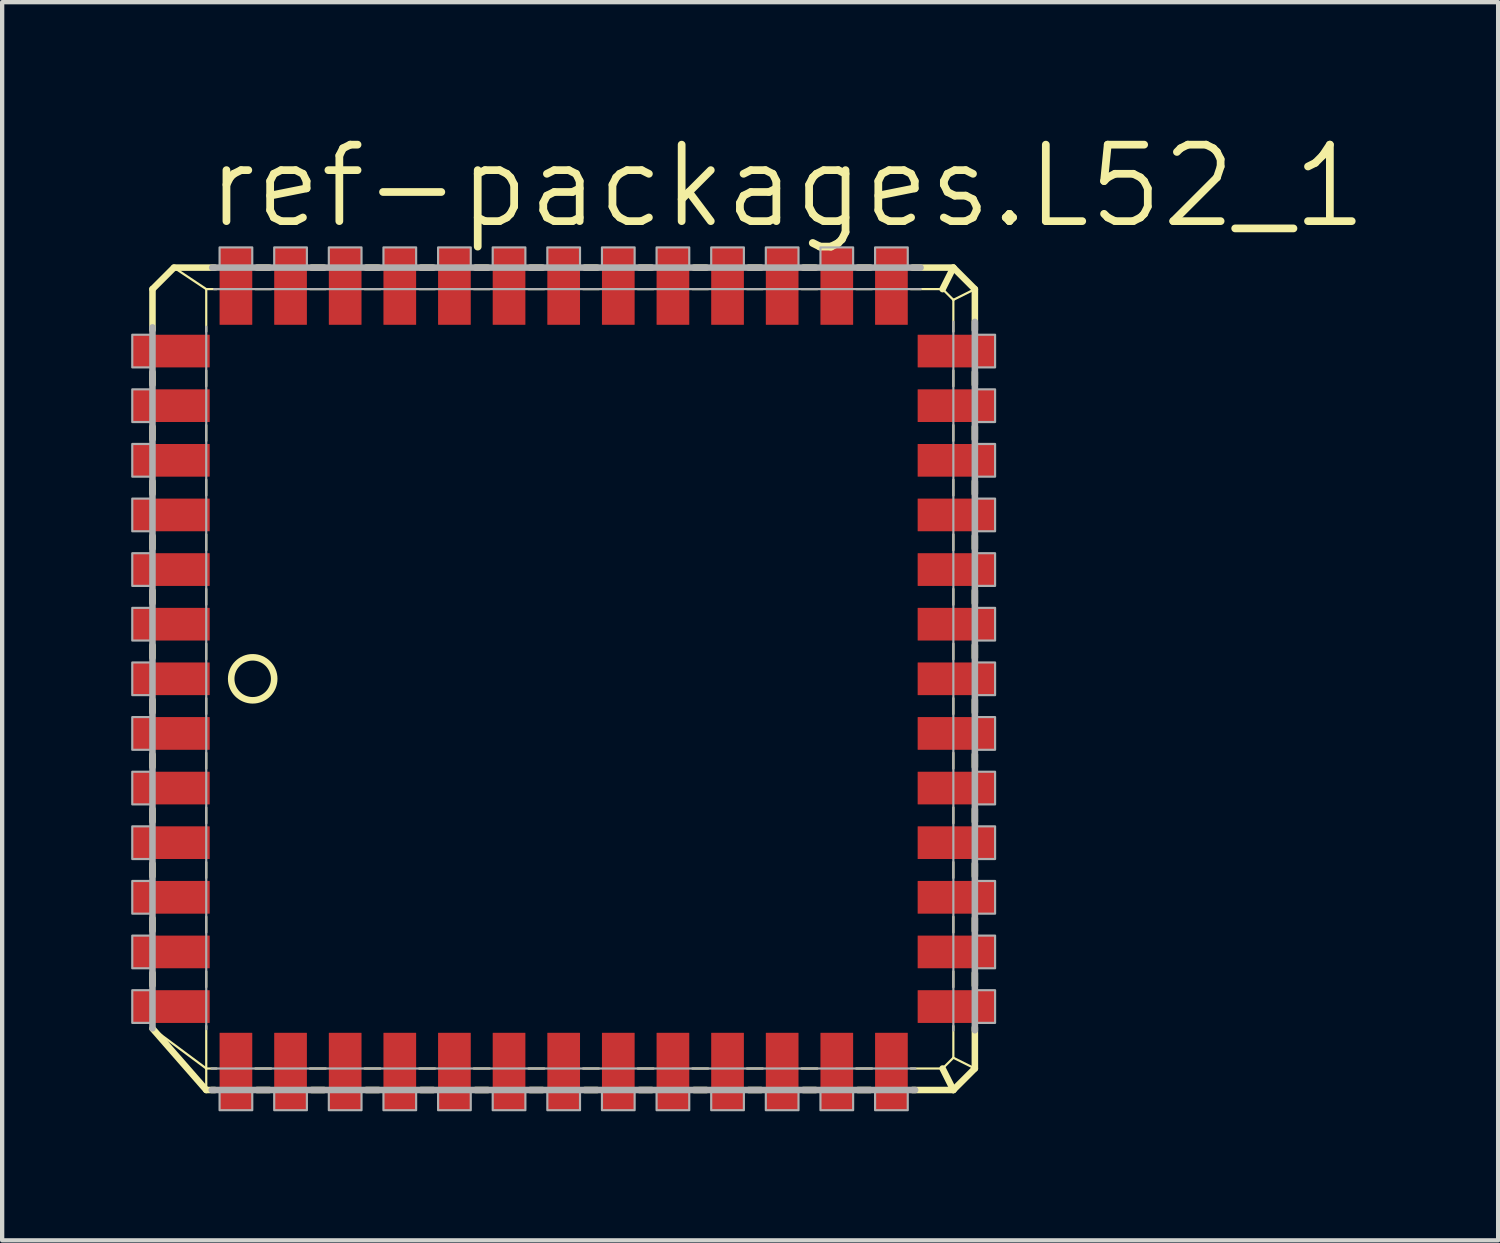
<source format=kicad_pcb>
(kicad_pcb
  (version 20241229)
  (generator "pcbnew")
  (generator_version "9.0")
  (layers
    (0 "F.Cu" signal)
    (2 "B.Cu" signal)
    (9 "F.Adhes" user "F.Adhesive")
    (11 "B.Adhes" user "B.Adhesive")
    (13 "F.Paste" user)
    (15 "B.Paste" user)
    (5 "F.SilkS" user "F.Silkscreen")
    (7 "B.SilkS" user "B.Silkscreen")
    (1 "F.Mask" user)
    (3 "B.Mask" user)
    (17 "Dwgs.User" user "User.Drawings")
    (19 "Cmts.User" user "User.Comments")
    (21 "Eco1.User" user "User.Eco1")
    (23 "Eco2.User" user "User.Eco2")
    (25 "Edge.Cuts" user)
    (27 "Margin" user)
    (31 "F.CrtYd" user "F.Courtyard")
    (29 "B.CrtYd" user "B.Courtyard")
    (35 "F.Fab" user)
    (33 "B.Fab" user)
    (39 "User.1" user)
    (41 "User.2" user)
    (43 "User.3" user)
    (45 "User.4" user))
  (footprint "ref-packages.L52_1"
    (layer "F.Cu")
    (at 10.055 12.732)
    (property "Reference" "ref-packages.L52_1" (at -8.382 -10.414 0) (layer "F.SilkS") (effects (font (size 1.778 1.778) (thickness 0.18)) (justify left bottom)))
    (attr smd)
    (fp_line (start -9.56 -9.06) (end -9.06 -9.56) (stroke (width 0.152) (type default)) (layer "F.SilkS"))
    (fp_line (start -9.56 -8.111) (end -9.56 -9.06) (stroke (width 0.152) (type default)) (layer "F.SilkS"))
    (fp_line (start -9.56 -6.841) (end -9.56 -7.129) (stroke (width 0.152) (type default)) (layer "F.SilkS"))
    (fp_line (start -9.56 -5.571) (end -9.56 -5.859) (stroke (width 0.152) (type default)) (layer "F.SilkS"))
    (fp_line (start -9.56 -4.301) (end -9.56 -4.589) (stroke (width 0.152) (type default)) (layer "F.SilkS"))
    (fp_line (start -9.56 -3.031) (end -9.56 -3.319) (stroke (width 0.152) (type default)) (layer "F.SilkS"))
    (fp_line (start -9.56 -1.761) (end -9.56 -2.049) (stroke (width 0.152) (type default)) (layer "F.SilkS"))
    (fp_line (start -9.56 -0.491) (end -9.56 -0.779) (stroke (width 0.152) (type default)) (layer "F.SilkS"))
    (fp_line (start -9.56 0.779) (end -9.56 0.491) (stroke (width 0.152) (type default)) (layer "F.SilkS"))
    (fp_line (start -9.56 2.049) (end -9.56 1.761) (stroke (width 0.152) (type default)) (layer "F.SilkS"))
    (fp_line (start -9.56 3.319) (end -9.56 3.031) (stroke (width 0.152) (type default)) (layer "F.SilkS"))
    (fp_line (start -9.56 4.589) (end -9.56 4.301) (stroke (width 0.152) (type default)) (layer "F.SilkS"))
    (fp_line (start -9.56 5.859) (end -9.56 5.571) (stroke (width 0.152) (type default)) (layer "F.SilkS"))
    (fp_line (start -9.56 7.129) (end -9.56 6.841) (stroke (width 0.152) (type default)) (layer "F.SilkS"))
    (fp_line (start -9.06 -9.56) (end -8.31 -9.06) (stroke (width 0.051) (type default)) (layer "F.SilkS"))
    (fp_line (start -9.06 -9.56) (end -8.111 -9.56) (stroke (width 0.152) (type default)) (layer "F.SilkS"))
    (fp_line (start -8.31 -9.06) (end -8.071 -9.06) (stroke (width 0.051) (type default)) (layer "F.SilkS"))
    (fp_line (start -8.31 -8.071) (end -8.31 -9.06) (stroke (width 0.051) (type default)) (layer "F.SilkS"))
    (fp_line (start -8.31 -6.801) (end -8.31 -7.169) (stroke (width 0.051) (type default)) (layer "F.SilkS"))
    (fp_line (start -8.31 -5.531) (end -8.31 -5.899) (stroke (width 0.051) (type default)) (layer "F.SilkS"))
    (fp_line (start -8.31 -4.261) (end -8.31 -4.629) (stroke (width 0.051) (type default)) (layer "F.SilkS"))
    (fp_line (start -8.31 -2.991) (end -8.31 -3.359) (stroke (width 0.051) (type default)) (layer "F.SilkS"))
    (fp_line (start -8.31 -1.721) (end -8.31 -2.089) (stroke (width 0.051) (type default)) (layer "F.SilkS"))
    (fp_line (start -8.31 -0.451) (end -8.31 -0.819) (stroke (width 0.051) (type default)) (layer "F.SilkS"))
    (fp_line (start -8.31 0.819) (end -8.31 0.451) (stroke (width 0.051) (type default)) (layer "F.SilkS"))
    (fp_line (start -8.31 2.089) (end -8.31 1.721) (stroke (width 0.051) (type default)) (layer "F.SilkS"))
    (fp_line (start -8.31 3.359) (end -8.31 2.991) (stroke (width 0.051) (type default)) (layer "F.SilkS"))
    (fp_line (start -8.31 4.629) (end -8.31 4.261) (stroke (width 0.051) (type default)) (layer "F.SilkS"))
    (fp_line (start -8.31 5.899) (end -8.31 5.531) (stroke (width 0.051) (type default)) (layer "F.SilkS"))
    (fp_line (start -8.31 7.169) (end -8.31 6.801) (stroke (width 0.051) (type default)) (layer "F.SilkS"))
    (fp_line (start -8.31 9.06) (end -9.545 8.142) (stroke (width 0.051) (type default)) (layer "F.SilkS"))
    (fp_line (start -8.31 9.06) (end -8.31 8.071) (stroke (width 0.051) (type default)) (layer "F.SilkS"))
    (fp_line (start -8.31 9.56) (end -9.56 8.131) (stroke (width 0.152) (type default)) (layer "F.SilkS"))
    (fp_line (start -8.31 9.56) (end -8.31 9.06) (stroke (width 0.051) (type default)) (layer "F.SilkS"))
    (fp_line (start -8.111 9.56) (end -8.31 9.56) (stroke (width 0.152) (type default)) (layer "F.SilkS"))
    (fp_line (start -8.071 9.06) (end -8.31 9.06) (stroke (width 0.051) (type default)) (layer "F.SilkS"))
    (fp_line (start -7.169 -9.06) (end -6.801 -9.06) (stroke (width 0.051) (type default)) (layer "F.SilkS"))
    (fp_line (start -7.129 -9.56) (end -6.841 -9.56) (stroke (width 0.152) (type default)) (layer "F.SilkS"))
    (fp_line (start -6.841 9.56) (end -7.129 9.56) (stroke (width 0.152) (type default)) (layer "F.SilkS"))
    (fp_line (start -6.801 9.06) (end -7.169 9.06) (stroke (width 0.051) (type default)) (layer "F.SilkS"))
    (fp_line (start -5.899 -9.06) (end -5.531 -9.06) (stroke (width 0.051) (type default)) (layer "F.SilkS"))
    (fp_line (start -5.859 -9.56) (end -5.571 -9.56) (stroke (width 0.152) (type default)) (layer "F.SilkS"))
    (fp_line (start -5.571 9.56) (end -5.859 9.56) (stroke (width 0.152) (type default)) (layer "F.SilkS"))
    (fp_line (start -5.531 9.06) (end -5.899 9.06) (stroke (width 0.051) (type default)) (layer "F.SilkS"))
    (fp_line (start -4.629 -9.06) (end -4.261 -9.06) (stroke (width 0.051) (type default)) (layer "F.SilkS"))
    (fp_line (start -4.589 -9.56) (end -4.301 -9.56) (stroke (width 0.152) (type default)) (layer "F.SilkS"))
    (fp_line (start -4.301 9.56) (end -4.589 9.56) (stroke (width 0.152) (type default)) (layer "F.SilkS"))
    (fp_line (start -4.261 9.06) (end -4.629 9.06) (stroke (width 0.051) (type default)) (layer "F.SilkS"))
    (fp_line (start -3.359 -9.06) (end -2.991 -9.06) (stroke (width 0.051) (type default)) (layer "F.SilkS"))
    (fp_line (start -3.319 -9.56) (end -3.031 -9.56) (stroke (width 0.152) (type default)) (layer "F.SilkS"))
    (fp_line (start -3.031 9.56) (end -3.319 9.56) (stroke (width 0.152) (type default)) (layer "F.SilkS"))
    (fp_line (start -2.991 9.06) (end -3.359 9.06) (stroke (width 0.051) (type default)) (layer "F.SilkS"))
    (fp_line (start -2.089 -9.06) (end -1.721 -9.06) (stroke (width 0.051) (type default)) (layer "F.SilkS"))
    (fp_line (start -2.049 -9.56) (end -1.761 -9.56) (stroke (width 0.152) (type default)) (layer "F.SilkS"))
    (fp_line (start -1.761 9.56) (end -2.049 9.56) (stroke (width 0.152) (type default)) (layer "F.SilkS"))
    (fp_line (start -1.721 9.06) (end -2.089 9.06) (stroke (width 0.051) (type default)) (layer "F.SilkS"))
    (fp_line (start -0.819 -9.06) (end -0.451 -9.06) (stroke (width 0.051) (type default)) (layer "F.SilkS"))
    (fp_line (start -0.779 -9.56) (end -0.491 -9.56) (stroke (width 0.152) (type default)) (layer "F.SilkS"))
    (fp_line (start -0.491 9.56) (end -0.779 9.56) (stroke (width 0.152) (type default)) (layer "F.SilkS"))
    (fp_line (start -0.451 9.06) (end -0.819 9.06) (stroke (width 0.051) (type default)) (layer "F.SilkS"))
    (fp_line (start 0.451 -9.06) (end 0.819 -9.06) (stroke (width 0.051) (type default)) (layer "F.SilkS"))
    (fp_line (start 0.491 -9.56) (end 0.779 -9.56) (stroke (width 0.152) (type default)) (layer "F.SilkS"))
    (fp_line (start 0.779 9.56) (end 0.491 9.56) (stroke (width 0.152) (type default)) (layer "F.SilkS"))
    (fp_line (start 0.819 9.06) (end 0.451 9.06) (stroke (width 0.051) (type default)) (layer "F.SilkS"))
    (fp_line (start 1.721 -9.06) (end 2.089 -9.06) (stroke (width 0.051) (type default)) (layer "F.SilkS"))
    (fp_line (start 1.761 -9.56) (end 2.049 -9.56) (stroke (width 0.152) (type default)) (layer "F.SilkS"))
    (fp_line (start 2.049 9.56) (end 1.761 9.56) (stroke (width 0.152) (type default)) (layer "F.SilkS"))
    (fp_line (start 2.089 9.06) (end 1.721 9.06) (stroke (width 0.051) (type default)) (layer "F.SilkS"))
    (fp_line (start 2.991 -9.06) (end 3.359 -9.06) (stroke (width 0.051) (type default)) (layer "F.SilkS"))
    (fp_line (start 3.031 -9.56) (end 3.319 -9.56) (stroke (width 0.152) (type default)) (layer "F.SilkS"))
    (fp_line (start 3.319 9.56) (end 3.031 9.56) (stroke (width 0.152) (type default)) (layer "F.SilkS"))
    (fp_line (start 3.359 9.06) (end 2.991 9.06) (stroke (width 0.051) (type default)) (layer "F.SilkS"))
    (fp_line (start 4.261 -9.06) (end 4.629 -9.06) (stroke (width 0.051) (type default)) (layer "F.SilkS"))
    (fp_line (start 4.301 -9.56) (end 4.589 -9.56) (stroke (width 0.152) (type default)) (layer "F.SilkS"))
    (fp_line (start 4.589 9.56) (end 4.301 9.56) (stroke (width 0.152) (type default)) (layer "F.SilkS"))
    (fp_line (start 4.629 9.06) (end 4.261 9.06) (stroke (width 0.051) (type default)) (layer "F.SilkS"))
    (fp_line (start 5.531 -9.06) (end 5.899 -9.06) (stroke (width 0.051) (type default)) (layer "F.SilkS"))
    (fp_line (start 5.571 -9.56) (end 5.859 -9.56) (stroke (width 0.152) (type default)) (layer "F.SilkS"))
    (fp_line (start 5.859 9.56) (end 5.571 9.56) (stroke (width 0.152) (type default)) (layer "F.SilkS"))
    (fp_line (start 5.899 9.06) (end 5.531 9.06) (stroke (width 0.051) (type default)) (layer "F.SilkS"))
    (fp_line (start 6.801 -9.06) (end 7.169 -9.06) (stroke (width 0.051) (type default)) (layer "F.SilkS"))
    (fp_line (start 6.841 -9.56) (end 7.129 -9.56) (stroke (width 0.152) (type default)) (layer "F.SilkS"))
    (fp_line (start 7.129 9.56) (end 6.841 9.56) (stroke (width 0.152) (type default)) (layer "F.SilkS"))
    (fp_line (start 7.169 9.06) (end 6.801 9.06) (stroke (width 0.051) (type default)) (layer "F.SilkS"))
    (fp_line (start 8.071 -9.06) (end 8.81 -9.06) (stroke (width 0.051) (type default)) (layer "F.SilkS"))
    (fp_line (start 8.111 -9.56) (end 9.06 -9.56) (stroke (width 0.152) (type default)) (layer "F.SilkS"))
    (fp_line (start 8.81 -9.06) (end 9.06 -9.56) (stroke (width 0.152) (type default)) (layer "F.SilkS"))
    (fp_line (start 8.81 -9.06) (end 9.06 -8.81) (stroke (width 0.051) (type default)) (layer "F.SilkS"))
    (fp_line (start 8.81 9.06) (end 8.071 9.06) (stroke (width 0.051) (type default)) (layer "F.SilkS"))
    (fp_line (start 9.06 -9.56) (end 9.56 -9.06) (stroke (width 0.152) (type default)) (layer "F.SilkS"))
    (fp_line (start 9.06 -8.81) (end 9.06 -8.071) (stroke (width 0.051) (type default)) (layer "F.SilkS"))
    (fp_line (start 9.06 -8.81) (end 9.56 -9.06) (stroke (width 0.051) (type default)) (layer "F.SilkS"))
    (fp_line (start 9.06 -7.169) (end 9.06 -6.801) (stroke (width 0.051) (type default)) (layer "F.SilkS"))
    (fp_line (start 9.06 -5.899) (end 9.06 -5.531) (stroke (width 0.051) (type default)) (layer "F.SilkS"))
    (fp_line (start 9.06 -4.629) (end 9.06 -4.261) (stroke (width 0.051) (type default)) (layer "F.SilkS"))
    (fp_line (start 9.06 -3.359) (end 9.06 -2.991) (stroke (width 0.051) (type default)) (layer "F.SilkS"))
    (fp_line (start 9.06 -2.089) (end 9.06 -1.721) (stroke (width 0.051) (type default)) (layer "F.SilkS"))
    (fp_line (start 9.06 -0.819) (end 9.06 -0.451) (stroke (width 0.051) (type default)) (layer "F.SilkS"))
    (fp_line (start 9.06 0.451) (end 9.06 0.819) (stroke (width 0.051) (type default)) (layer "F.SilkS"))
    (fp_line (start 9.06 1.721) (end 9.06 2.089) (stroke (width 0.051) (type default)) (layer "F.SilkS"))
    (fp_line (start 9.06 2.991) (end 9.06 3.359) (stroke (width 0.051) (type default)) (layer "F.SilkS"))
    (fp_line (start 9.06 4.261) (end 9.06 4.629) (stroke (width 0.051) (type default)) (layer "F.SilkS"))
    (fp_line (start 9.06 5.531) (end 9.06 5.899) (stroke (width 0.051) (type default)) (layer "F.SilkS"))
    (fp_line (start 9.06 6.801) (end 9.06 7.169) (stroke (width 0.051) (type default)) (layer "F.SilkS"))
    (fp_line (start 9.06 8.071) (end 9.06 8.81) (stroke (width 0.051) (type default)) (layer "F.SilkS"))
    (fp_line (start 9.06 8.81) (end 8.81 9.06) (stroke (width 0.051) (type default)) (layer "F.SilkS"))
    (fp_line (start 9.06 9.56) (end 8.111 9.56) (stroke (width 0.152) (type default)) (layer "F.SilkS"))
    (fp_line (start 9.06 9.56) (end 8.81 9.06) (stroke (width 0.152) (type default)) (layer "F.SilkS"))
    (fp_line (start 9.56 -9.06) (end 9.56 -8.111) (stroke (width 0.152) (type default)) (layer "F.SilkS"))
    (fp_line (start 9.56 -7.129) (end 9.56 -6.841) (stroke (width 0.152) (type default)) (layer "F.SilkS"))
    (fp_line (start 9.56 -5.859) (end 9.56 -5.571) (stroke (width 0.152) (type default)) (layer "F.SilkS"))
    (fp_line (start 9.56 -4.589) (end 9.56 -4.301) (stroke (width 0.152) (type default)) (layer "F.SilkS"))
    (fp_line (start 9.56 -3.319) (end 9.56 -3.031) (stroke (width 0.152) (type default)) (layer "F.SilkS"))
    (fp_line (start 9.56 -2.049) (end 9.56 -1.761) (stroke (width 0.152) (type default)) (layer "F.SilkS"))
    (fp_line (start 9.56 -0.779) (end 9.56 -0.491) (stroke (width 0.152) (type default)) (layer "F.SilkS"))
    (fp_line (start 9.56 0.491) (end 9.56 0.779) (stroke (width 0.152) (type default)) (layer "F.SilkS"))
    (fp_line (start 9.56 1.761) (end 9.56 2.049) (stroke (width 0.152) (type default)) (layer "F.SilkS"))
    (fp_line (start 9.56 3.031) (end 9.56 3.319) (stroke (width 0.152) (type default)) (layer "F.SilkS"))
    (fp_line (start 9.56 4.301) (end 9.56 4.589) (stroke (width 0.152) (type default)) (layer "F.SilkS"))
    (fp_line (start 9.56 5.571) (end 9.56 5.859) (stroke (width 0.152) (type default)) (layer "F.SilkS"))
    (fp_line (start 9.56 6.841) (end 9.56 7.129) (stroke (width 0.152) (type default)) (layer "F.SilkS"))
    (fp_line (start 9.56 8.111) (end 9.56 9.06) (stroke (width 0.152) (type default)) (layer "F.SilkS"))
    (fp_line (start 9.56 9.06) (end 9.06 8.81) (stroke (width 0.051) (type default)) (layer "F.SilkS"))
    (fp_line (start 9.56 9.06) (end 9.06 9.56) (stroke (width 0.152) (type default)) (layer "F.SilkS"))
    (fp_circle (center -7.23 0) (end -6.73 0) (stroke (width 0.152) (type default)) (fill no) (layer "F.SilkS"))
    (fp_line (start -9.56 8.127) (end -9.56 -8.171) (stroke (width 0.152) (type default)) (layer "F.Fab"))
    (fp_line (start -8.31 8.145) (end -8.31 -8.185) (stroke (width 0.051) (type default)) (layer "F.Fab"))
    (fp_line (start -8.171 -9.56) (end 8.298 -9.56) (stroke (width 0.152) (type default)) (layer "F.Fab"))
    (fp_line (start -8.129 -9.06) (end 8.302 -9.06) (stroke (width 0.051) (type default)) (layer "F.Fab"))
    (fp_line (start 8.171 9.56) (end -8.183 9.56) (stroke (width 0.152) (type default)) (layer "F.Fab"))
    (fp_line (start 8.175 9.06) (end -8.186 9.06) (stroke (width 0.051) (type default)) (layer "F.Fab"))
    (fp_line (start 9.06 -8.302) (end 9.06 8.175) (stroke (width 0.051) (type default)) (layer "F.Fab"))
    (fp_line (start 9.56 -8.298) (end 9.56 8.171) (stroke (width 0.152) (type default)) (layer "F.Fab"))
    (fp_rect (start -10.03 -7.24) (end -9.56 -8) (stroke (width 0.05) (type default)) (fill no) (layer "F.Fab"))
    (fp_rect (start -10.03 -5.97) (end -9.56 -6.73) (stroke (width 0.05) (type default)) (fill no) (layer "F.Fab"))
    (fp_rect (start -10.03 -4.7) (end -9.56 -5.46) (stroke (width 0.05) (type default)) (fill no) (layer "F.Fab"))
    (fp_rect (start -10.03 -3.43) (end -9.56 -4.19) (stroke (width 0.05) (type default)) (fill no) (layer "F.Fab"))
    (fp_rect (start -10.03 -2.16) (end -9.56 -2.92) (stroke (width 0.05) (type default)) (fill no) (layer "F.Fab"))
    (fp_rect (start -10.03 -0.89) (end -9.56 -1.65) (stroke (width 0.05) (type default)) (fill no) (layer "F.Fab"))
    (fp_rect (start -10.03 0.38) (end -9.56 -0.38) (stroke (width 0.05) (type default)) (fill no) (layer "F.Fab"))
    (fp_rect (start -10.03 1.65) (end -9.56 0.89) (stroke (width 0.05) (type default)) (fill no) (layer "F.Fab"))
    (fp_rect (start -10.03 2.92) (end -9.56 2.16) (stroke (width 0.05) (type default)) (fill no) (layer "F.Fab"))
    (fp_rect (start -10.03 4.19) (end -9.56 3.43) (stroke (width 0.05) (type default)) (fill no) (layer "F.Fab"))
    (fp_rect (start -10.03 5.46) (end -9.56 4.7) (stroke (width 0.05) (type default)) (fill no) (layer "F.Fab"))
    (fp_rect (start -10.03 6.73) (end -9.56 5.97) (stroke (width 0.05) (type default)) (fill no) (layer "F.Fab"))
    (fp_rect (start -10.03 8) (end -9.56 7.24) (stroke (width 0.05) (type default)) (fill no) (layer "F.Fab"))
    (fp_rect (start -8 -9.56) (end -7.24 -10.03) (stroke (width 0.05) (type default)) (fill no) (layer "F.Fab"))
    (fp_rect (start -8 10.03) (end -7.24 9.56) (stroke (width 0.05) (type default)) (fill no) (layer "F.Fab"))
    (fp_rect (start -6.73 -9.56) (end -5.97 -10.03) (stroke (width 0.05) (type default)) (fill no) (layer "F.Fab"))
    (fp_rect (start -6.73 10.03) (end -5.97 9.56) (stroke (width 0.05) (type default)) (fill no) (layer "F.Fab"))
    (fp_rect (start -5.46 -9.56) (end -4.7 -10.03) (stroke (width 0.05) (type default)) (fill no) (layer "F.Fab"))
    (fp_rect (start -5.46 10.03) (end -4.7 9.56) (stroke (width 0.05) (type default)) (fill no) (layer "F.Fab"))
    (fp_rect (start -4.19 -9.56) (end -3.43 -10.03) (stroke (width 0.05) (type default)) (fill no) (layer "F.Fab"))
    (fp_rect (start -4.19 10.03) (end -3.43 9.56) (stroke (width 0.05) (type default)) (fill no) (layer "F.Fab"))
    (fp_rect (start -2.92 -9.56) (end -2.16 -10.03) (stroke (width 0.05) (type default)) (fill no) (layer "F.Fab"))
    (fp_rect (start -2.92 10.03) (end -2.16 9.56) (stroke (width 0.05) (type default)) (fill no) (layer "F.Fab"))
    (fp_rect (start -1.65 -9.56) (end -0.89 -10.03) (stroke (width 0.05) (type default)) (fill no) (layer "F.Fab"))
    (fp_rect (start -1.65 10.03) (end -0.89 9.56) (stroke (width 0.05) (type default)) (fill no) (layer "F.Fab"))
    (fp_rect (start -0.38 -9.56) (end 0.38 -10.03) (stroke (width 0.05) (type default)) (fill no) (layer "F.Fab"))
    (fp_rect (start -0.38 10.03) (end 0.38 9.56) (stroke (width 0.05) (type default)) (fill no) (layer "F.Fab"))
    (fp_rect (start 0.89 -9.56) (end 1.65 -10.03) (stroke (width 0.05) (type default)) (fill no) (layer "F.Fab"))
    (fp_rect (start 0.89 10.03) (end 1.65 9.56) (stroke (width 0.05) (type default)) (fill no) (layer "F.Fab"))
    (fp_rect (start 2.16 -9.56) (end 2.92 -10.03) (stroke (width 0.05) (type default)) (fill no) (layer "F.Fab"))
    (fp_rect (start 2.16 10.03) (end 2.92 9.56) (stroke (width 0.05) (type default)) (fill no) (layer "F.Fab"))
    (fp_rect (start 3.43 -9.56) (end 4.19 -10.03) (stroke (width 0.05) (type default)) (fill no) (layer "F.Fab"))
    (fp_rect (start 3.43 10.03) (end 4.19 9.56) (stroke (width 0.05) (type default)) (fill no) (layer "F.Fab"))
    (fp_rect (start 4.7 -9.56) (end 5.46 -10.03) (stroke (width 0.05) (type default)) (fill no) (layer "F.Fab"))
    (fp_rect (start 4.7 10.03) (end 5.46 9.56) (stroke (width 0.05) (type default)) (fill no) (layer "F.Fab"))
    (fp_rect (start 5.97 -9.56) (end 6.73 -10.03) (stroke (width 0.05) (type default)) (fill no) (layer "F.Fab"))
    (fp_rect (start 5.97 10.03) (end 6.73 9.56) (stroke (width 0.05) (type default)) (fill no) (layer "F.Fab"))
    (fp_rect (start 7.24 -9.56) (end 8 -10.03) (stroke (width 0.05) (type default)) (fill no) (layer "F.Fab"))
    (fp_rect (start 7.24 10.03) (end 8 9.56) (stroke (width 0.05) (type default)) (fill no) (layer "F.Fab"))
    (fp_rect (start 9.56 -7.24) (end 10.03 -8) (stroke (width 0.05) (type default)) (fill no) (layer "F.Fab"))
    (fp_rect (start 9.56 -5.97) (end 10.03 -6.73) (stroke (width 0.05) (type default)) (fill no) (layer "F.Fab"))
    (fp_rect (start 9.56 -4.7) (end 10.03 -5.46) (stroke (width 0.05) (type default)) (fill no) (layer "F.Fab"))
    (fp_rect (start 9.56 -3.43) (end 10.03 -4.19) (stroke (width 0.05) (type default)) (fill no) (layer "F.Fab"))
    (fp_rect (start 9.56 -2.16) (end 10.03 -2.92) (stroke (width 0.05) (type default)) (fill no) (layer "F.Fab"))
    (fp_rect (start 9.56 -0.89) (end 10.03 -1.65) (stroke (width 0.05) (type default)) (fill no) (layer "F.Fab"))
    (fp_rect (start 9.56 0.38) (end 10.03 -0.38) (stroke (width 0.05) (type default)) (fill no) (layer "F.Fab"))
    (fp_rect (start 9.56 1.65) (end 10.03 0.89) (stroke (width 0.05) (type default)) (fill no) (layer "F.Fab"))
    (fp_rect (start 9.56 2.92) (end 10.03 2.16) (stroke (width 0.05) (type default)) (fill no) (layer "F.Fab"))
    (fp_rect (start 9.56 4.19) (end 10.03 3.43) (stroke (width 0.05) (type default)) (fill no) (layer "F.Fab"))
    (fp_rect (start 9.56 5.46) (end 10.03 4.7) (stroke (width 0.05) (type default)) (fill no) (layer "F.Fab"))
    (fp_rect (start 9.56 6.73) (end 10.03 5.97) (stroke (width 0.05) (type default)) (fill no) (layer "F.Fab"))
    (fp_rect (start 9.56 8) (end 10.03 7.24) (stroke (width 0.05) (type default)) (fill no) (layer "F.Fab"))
    (pad "1" smd roundrect (at -9.13 0) (size 1.8 0.76) (layers "F.Cu" "F.Mask" "F.Paste") (roundrect_rratio 0.01))
    (pad "2" smd roundrect (at -9.13 1.27) (size 1.8 0.76) (layers "F.Cu" "F.Mask" "F.Paste") (roundrect_rratio 0.01))
    (pad "3" smd roundrect (at -9.13 2.54) (size 1.8 0.76) (layers "F.Cu" "F.Mask" "F.Paste") (roundrect_rratio 0.01))
    (pad "4" smd roundrect (at -9.13 3.81) (size 1.8 0.76) (layers "F.Cu" "F.Mask" "F.Paste") (roundrect_rratio 0.01))
    (pad "5" smd roundrect (at -9.13 5.08) (size 1.8 0.76) (layers "F.Cu" "F.Mask" "F.Paste") (roundrect_rratio 0.01))
    (pad "6" smd roundrect (at -9.13 6.35) (size 1.8 0.76) (layers "F.Cu" "F.Mask" "F.Paste") (roundrect_rratio 0.01))
    (pad "7" smd roundrect (at -9.13 7.62) (size 1.8 0.76) (layers "F.Cu" "F.Mask" "F.Paste") (roundrect_rratio 0.01))
    (pad "8" smd roundrect (at -7.62 9.13) (size 0.76 1.8) (layers "F.Cu" "F.Mask" "F.Paste") (roundrect_rratio 0.01))
    (pad "9" smd roundrect (at -6.35 9.13) (size 0.76 1.8) (layers "F.Cu" "F.Mask" "F.Paste") (roundrect_rratio 0.01))
    (pad "10" smd roundrect (at -5.08 9.13) (size 0.76 1.8) (layers "F.Cu" "F.Mask" "F.Paste") (roundrect_rratio 0.01))
    (pad "11" smd roundrect (at -3.81 9.13) (size 0.76 1.8) (layers "F.Cu" "F.Mask" "F.Paste") (roundrect_rratio 0.01))
    (pad "12" smd roundrect (at -2.54 9.13) (size 0.76 1.8) (layers "F.Cu" "F.Mask" "F.Paste") (roundrect_rratio 0.01))
    (pad "13" smd roundrect (at -1.27 9.13) (size 0.76 1.8) (layers "F.Cu" "F.Mask" "F.Paste") (roundrect_rratio 0.01))
    (pad "14" smd roundrect (at 0 9.13) (size 0.76 1.8) (layers "F.Cu" "F.Mask" "F.Paste") (roundrect_rratio 0.01))
    (pad "15" smd roundrect (at 1.27 9.13) (size 0.76 1.8) (layers "F.Cu" "F.Mask" "F.Paste") (roundrect_rratio 0.01))
    (pad "16" smd roundrect (at 2.54 9.13) (size 0.76 1.8) (layers "F.Cu" "F.Mask" "F.Paste") (roundrect_rratio 0.01))
    (pad "17" smd roundrect (at 3.81 9.13) (size 0.76 1.8) (layers "F.Cu" "F.Mask" "F.Paste") (roundrect_rratio 0.01))
    (pad "18" smd roundrect (at 5.08 9.13) (size 0.76 1.8) (layers "F.Cu" "F.Mask" "F.Paste") (roundrect_rratio 0.01))
    (pad "19" smd roundrect (at 6.35 9.13) (size 0.76 1.8) (layers "F.Cu" "F.Mask" "F.Paste") (roundrect_rratio 0.01))
    (pad "20" smd roundrect (at 7.62 9.13) (size 0.76 1.8) (layers "F.Cu" "F.Mask" "F.Paste") (roundrect_rratio 0.01))
    (pad "21" smd roundrect (at 9.13 7.62) (size 1.8 0.76) (layers "F.Cu" "F.Mask" "F.Paste") (roundrect_rratio 0.01))
    (pad "22" smd roundrect (at 9.13 6.35) (size 1.8 0.76) (layers "F.Cu" "F.Mask" "F.Paste") (roundrect_rratio 0.01))
    (pad "23" smd roundrect (at 9.13 5.08) (size 1.8 0.76) (layers "F.Cu" "F.Mask" "F.Paste") (roundrect_rratio 0.01))
    (pad "24" smd roundrect (at 9.13 3.81) (size 1.8 0.76) (layers "F.Cu" "F.Mask" "F.Paste") (roundrect_rratio 0.01))
    (pad "25" smd roundrect (at 9.13 2.54) (size 1.8 0.76) (layers "F.Cu" "F.Mask" "F.Paste") (roundrect_rratio 0.01))
    (pad "26" smd roundrect (at 9.13 1.27) (size 1.8 0.76) (layers "F.Cu" "F.Mask" "F.Paste") (roundrect_rratio 0.01))
    (pad "27" smd roundrect (at 9.13 0) (size 1.8 0.76) (layers "F.Cu" "F.Mask" "F.Paste") (roundrect_rratio 0.01))
    (pad "28" smd roundrect (at 9.13 -1.27) (size 1.8 0.76) (layers "F.Cu" "F.Mask" "F.Paste") (roundrect_rratio 0.01))
    (pad "29" smd roundrect (at 9.13 -2.54) (size 1.8 0.76) (layers "F.Cu" "F.Mask" "F.Paste") (roundrect_rratio 0.01))
    (pad "30" smd roundrect (at 9.13 -3.81) (size 1.8 0.76) (layers "F.Cu" "F.Mask" "F.Paste") (roundrect_rratio 0.01))
    (pad "31" smd roundrect (at 9.13 -5.08) (size 1.8 0.76) (layers "F.Cu" "F.Mask" "F.Paste") (roundrect_rratio 0.01))
    (pad "32" smd roundrect (at 9.13 -6.35) (size 1.8 0.76) (layers "F.Cu" "F.Mask" "F.Paste") (roundrect_rratio 0.01))
    (pad "33" smd roundrect (at 9.13 -7.62) (size 1.8 0.76) (layers "F.Cu" "F.Mask" "F.Paste") (roundrect_rratio 0.01))
    (pad "34" smd roundrect (at 7.62 -9.13) (size 0.76 1.8) (layers "F.Cu" "F.Mask" "F.Paste") (roundrect_rratio 0.01))
    (pad "35" smd roundrect (at 6.35 -9.13) (size 0.76 1.8) (layers "F.Cu" "F.Mask" "F.Paste") (roundrect_rratio 0.01))
    (pad "36" smd roundrect (at 5.08 -9.13) (size 0.76 1.8) (layers "F.Cu" "F.Mask" "F.Paste") (roundrect_rratio 0.01))
    (pad "37" smd roundrect (at 3.81 -9.13) (size 0.76 1.8) (layers "F.Cu" "F.Mask" "F.Paste") (roundrect_rratio 0.01))
    (pad "38" smd roundrect (at 2.54 -9.13) (size 0.76 1.8) (layers "F.Cu" "F.Mask" "F.Paste") (roundrect_rratio 0.01))
    (pad "39" smd roundrect (at 1.27 -9.13) (size 0.76 1.8) (layers "F.Cu" "F.Mask" "F.Paste") (roundrect_rratio 0.01))
    (pad "40" smd roundrect (at 0 -9.13) (size 0.76 1.8) (layers "F.Cu" "F.Mask" "F.Paste") (roundrect_rratio 0.01))
    (pad "41" smd roundrect (at -1.27 -9.13) (size 0.76 1.8) (layers "F.Cu" "F.Mask" "F.Paste") (roundrect_rratio 0.01))
    (pad "42" smd roundrect (at -2.54 -9.13) (size 0.76 1.8) (layers "F.Cu" "F.Mask" "F.Paste") (roundrect_rratio 0.01))
    (pad "43" smd roundrect (at -3.81 -9.13) (size 0.76 1.8) (layers "F.Cu" "F.Mask" "F.Paste") (roundrect_rratio 0.01))
    (pad "44" smd roundrect (at -5.08 -9.13) (size 0.76 1.8) (layers "F.Cu" "F.Mask" "F.Paste") (roundrect_rratio 0.01))
    (pad "45" smd roundrect (at -6.35 -9.13) (size 0.76 1.8) (layers "F.Cu" "F.Mask" "F.Paste") (roundrect_rratio 0.01))
    (pad "46" smd roundrect (at -7.62 -9.13) (size 0.76 1.8) (layers "F.Cu" "F.Mask" "F.Paste") (roundrect_rratio 0.01))
    (pad "47" smd roundrect (at -9.13 -7.62) (size 1.8 0.76) (layers "F.Cu" "F.Mask" "F.Paste") (roundrect_rratio 0.01))
    (pad "48" smd roundrect (at -9.13 -6.35) (size 1.8 0.76) (layers "F.Cu" "F.Mask" "F.Paste") (roundrect_rratio 0.01))
    (pad "49" smd roundrect (at -9.13 -5.08) (size 1.8 0.76) (layers "F.Cu" "F.Mask" "F.Paste") (roundrect_rratio 0.01))
    (pad "50" smd roundrect (at -9.13 -3.81) (size 1.8 0.76) (layers "F.Cu" "F.Mask" "F.Paste") (roundrect_rratio 0.01))
    (pad "51" smd roundrect (at -9.13 -2.54) (size 1.8 0.76) (layers "F.Cu" "F.Mask" "F.Paste") (roundrect_rratio 0.01))
    (pad "52" smd roundrect (at -9.13 -1.27) (size 1.8 0.76) (layers "F.Cu" "F.Mask" "F.Paste") (roundrect_rratio 0.01)))
  (gr_rect
    (start -3 -3)
    (end 31.781 25.787)
    (stroke (width 0.1) (type default))
    (fill no)
    (layer "Edge.Cuts")))
</source>
